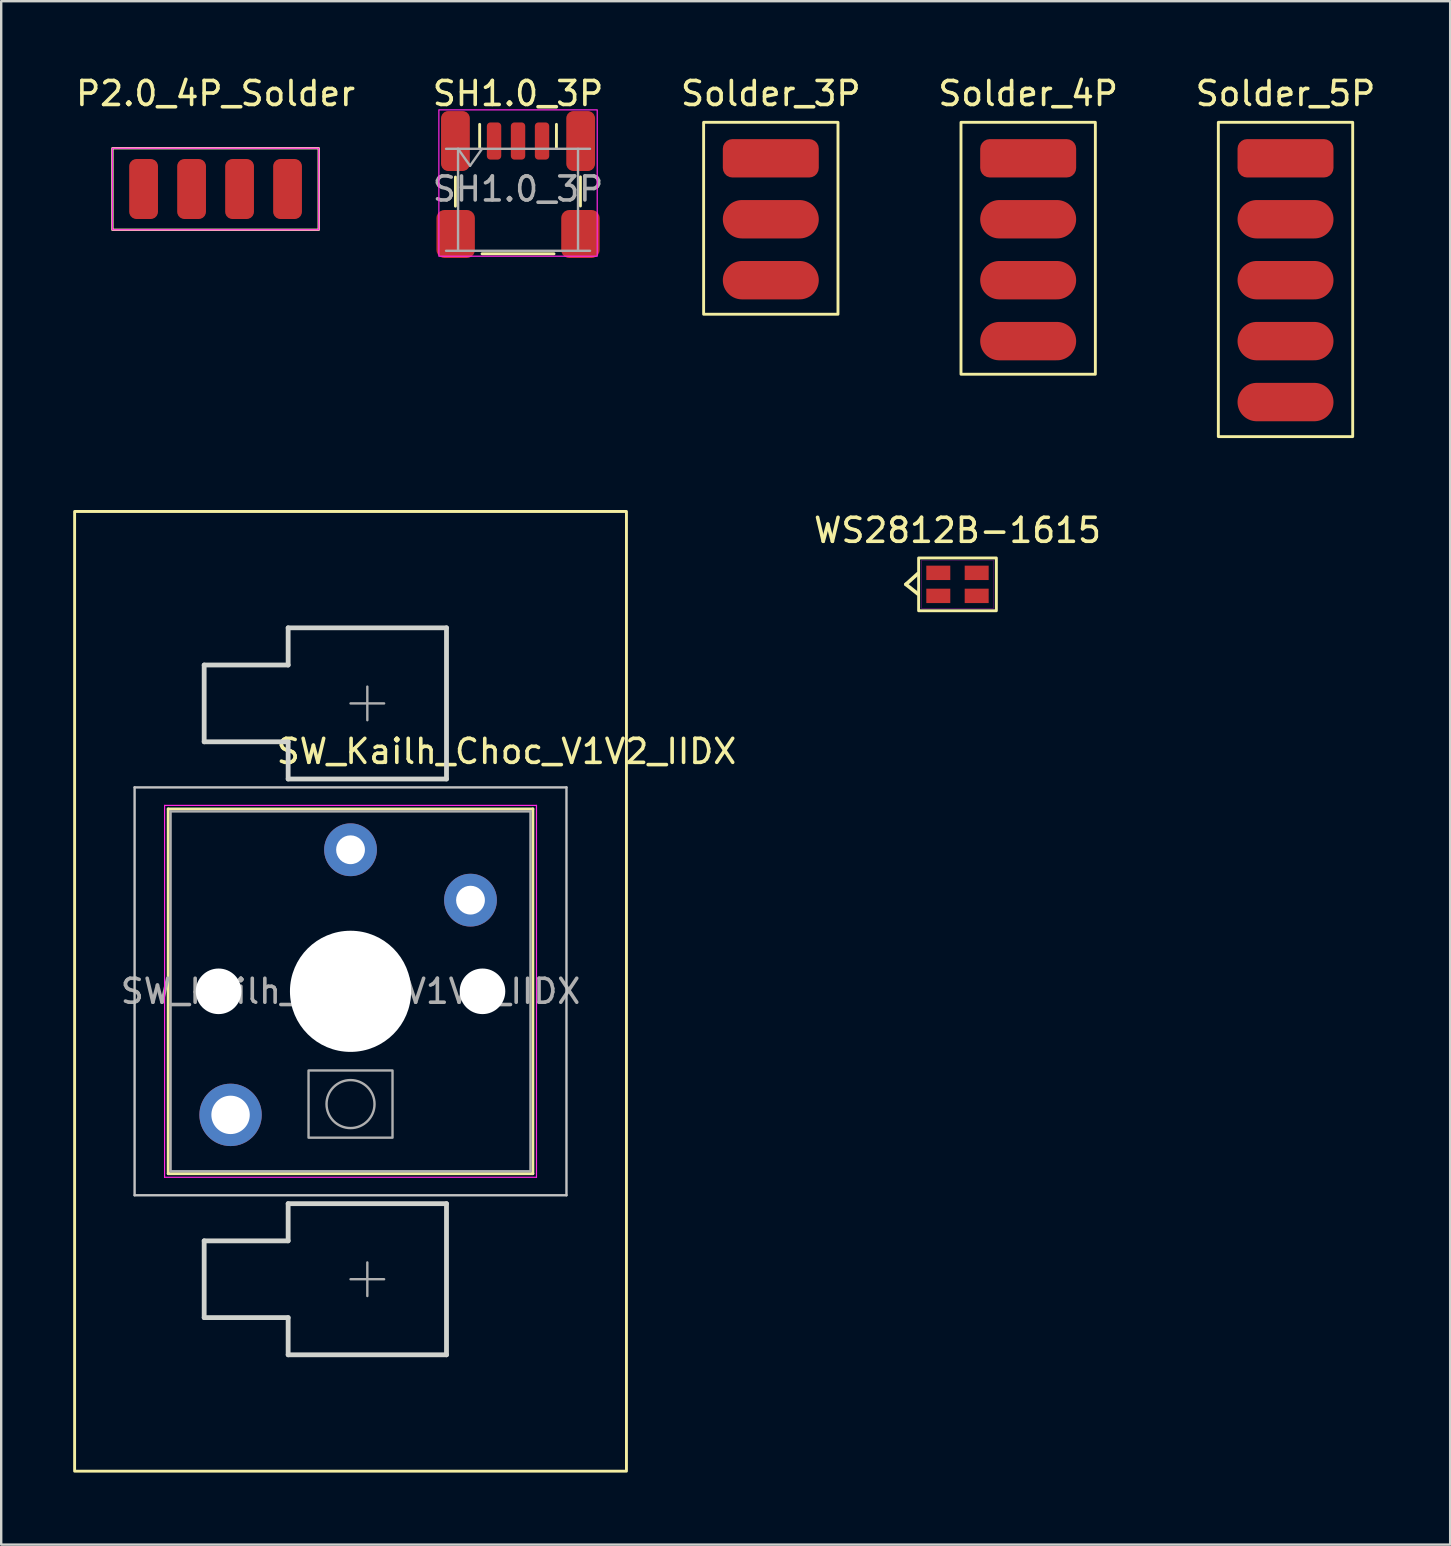
<source format=kicad_pcb>
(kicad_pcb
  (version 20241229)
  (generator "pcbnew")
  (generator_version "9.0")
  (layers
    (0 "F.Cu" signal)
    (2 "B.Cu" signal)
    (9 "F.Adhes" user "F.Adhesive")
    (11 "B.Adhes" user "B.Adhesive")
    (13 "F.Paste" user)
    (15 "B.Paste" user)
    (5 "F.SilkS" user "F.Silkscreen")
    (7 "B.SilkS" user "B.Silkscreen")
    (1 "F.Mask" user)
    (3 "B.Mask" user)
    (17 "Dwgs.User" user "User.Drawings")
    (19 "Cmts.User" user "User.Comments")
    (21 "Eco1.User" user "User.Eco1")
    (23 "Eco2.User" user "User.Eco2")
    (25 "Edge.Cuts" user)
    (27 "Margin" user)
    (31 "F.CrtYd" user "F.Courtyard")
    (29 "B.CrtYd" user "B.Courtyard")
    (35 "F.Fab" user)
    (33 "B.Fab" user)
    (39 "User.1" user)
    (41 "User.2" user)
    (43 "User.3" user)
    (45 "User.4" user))
  (footprint "P2.0_4P_Solder"
    (layer "F.Cu")
    (at 5.935 4.828)
    (property "Reference" "P2.0_4P_Solder" (at 0 -3.98 0) (layer "F.SilkS") (effects (font (size 1 1) (thickness 0.15))))
    (attr smd)
    (fp_rect (start -4.3 -1.7) (end 4.3 1.7) (stroke (width 0.1) (type default)) (fill no) (layer "F.SilkS"))
    (fp_rect (start -4.3 -1.7) (end 4.3 1.7) (stroke (width 0.05) (type default)) (fill no) (layer "F.CrtYd"))
    (pad "1" smd roundrect (at -3 0) (size 1.2 2.5) (layers "F.Cu" "F.Mask" "F.Paste") (roundrect_rratio 0.25))
    (pad "2" smd roundrect (at -1 0) (size 1.2 2.5) (layers "F.Cu" "F.Mask" "F.Paste") (roundrect_rratio 0.25))
    (pad "3" smd roundrect (at 1 0) (size 1.2 2.5) (layers "F.Cu" "F.Mask" "F.Paste") (roundrect_rratio 0.25))
    (pad "4" smd roundrect (at 3 0) (size 1.2 2.5) (layers "F.Cu" "F.Mask" "F.Paste") (roundrect_rratio 0.25)))
  (footprint "SW_Kailh_Choc_V1V2_IIDX"
    (layer "F.Cu")
    (at 11.56 38.268)
    (property "Reference" "SW_Kailh_Choc_V1V2_IIDX" (at 6.5 -10 0) (layer "F.SilkS") (effects (font (size 1 1) (thickness 0.15))))
    (attr through_hole)
    (fp_line (start -7.6 -7.6) (end -7.6 7.6) (stroke (width 0.12) (type solid)) (layer "F.SilkS"))
    (fp_line (start -7.6 7.6) (end 7.6 7.6) (stroke (width 0.12) (type solid)) (layer "F.SilkS"))
    (fp_line (start 7.6 -7.6) (end -7.6 -7.6) (stroke (width 0.12) (type solid)) (layer "F.SilkS"))
    (fp_line (start 7.6 7.6) (end 7.6 -7.6) (stroke (width 0.12) (type solid)) (layer "F.SilkS"))
    (fp_rect (start -11.5 -20) (end 11.5 20) (stroke (width 0.12) (type solid)) (fill no) (layer "F.SilkS"))
    (fp_line (start -9 -8.5) (end -9 8.5) (stroke (width 0.1) (type solid)) (layer "Dwgs.User"))
    (fp_line (start -9 8.5) (end 9 8.5) (stroke (width 0.1) (type solid)) (layer "Dwgs.User"))
    (fp_line (start 9 -8.5) (end -9 -8.5) (stroke (width 0.1) (type solid)) (layer "Dwgs.User"))
    (fp_line (start 9 8.5) (end 9 -8.5) (stroke (width 0.1) (type solid)) (layer "Dwgs.User"))
    (fp_line (start -7.25 -7.25) (end -7.25 7.25) (stroke (width 0.1) (type solid)) (layer "Eco1.User"))
    (fp_line (start -7.25 7.25) (end 7.25 7.25) (stroke (width 0.1) (type solid)) (layer "Eco1.User"))
    (fp_line (start 7.25 -7.25) (end -7.25 -7.25) (stroke (width 0.1) (type solid)) (layer "Eco1.User"))
    (fp_line (start 7.25 7.25) (end 7.25 -7.25) (stroke (width 0.1) (type solid)) (layer "Eco1.User"))
    (fp_line (start -6.1 -13.6) (end -6.1 -10.4) (stroke (width 0.2) (type solid)) (layer "Edge.Cuts"))
    (fp_line (start -6.1 10.4) (end -6.1 13.6) (stroke (width 0.2) (type solid)) (layer "Edge.Cuts"))
    (fp_line (start -2.6 -15.15) (end -2.6 -13.6) (stroke (width 0.2) (type solid)) (layer "Edge.Cuts"))
    (fp_line (start -2.6 -15.15) (end 4 -15.15) (stroke (width 0.2) (type solid)) (layer "Edge.Cuts"))
    (fp_line (start -2.6 -13.6) (end -6.1 -13.6) (stroke (width 0.2) (type solid)) (layer "Edge.Cuts"))
    (fp_line (start -2.6 -10.4) (end -6.1 -10.4) (stroke (width 0.2) (type solid)) (layer "Edge.Cuts"))
    (fp_line (start -2.6 -10.4) (end -2.6 -8.85) (stroke (width 0.2) (type solid)) (layer "Edge.Cuts"))
    (fp_line (start -2.6 -8.85) (end 4 -8.85) (stroke (width 0.2) (type solid)) (layer "Edge.Cuts"))
    (fp_line (start -2.6 8.85) (end -2.6 10.4) (stroke (width 0.2) (type solid)) (layer "Edge.Cuts"))
    (fp_line (start -2.6 8.85) (end 4 8.85) (stroke (width 0.2) (type solid)) (layer "Edge.Cuts"))
    (fp_line (start -2.6 10.4) (end -6.1 10.4) (stroke (width 0.2) (type solid)) (layer "Edge.Cuts"))
    (fp_line (start -2.6 13.6) (end -6.1 13.6) (stroke (width 0.2) (type solid)) (layer "Edge.Cuts"))
    (fp_line (start -2.6 13.6) (end -2.6 15.15) (stroke (width 0.2) (type solid)) (layer "Edge.Cuts"))
    (fp_line (start -2.6 15.15) (end 4 15.15) (stroke (width 0.2) (type solid)) (layer "Edge.Cuts"))
    (fp_line (start 4 -15.15) (end 4 -8.85) (stroke (width 0.2) (type solid)) (layer "Edge.Cuts"))
    (fp_line (start 4 8.85) (end 4 15.15) (stroke (width 0.2) (type solid)) (layer "Edge.Cuts"))
    (fp_line (start -7.75 -7.75) (end -7.75 7.75) (stroke (width 0.05) (type solid)) (layer "F.CrtYd"))
    (fp_line (start -7.75 7.75) (end 7.75 7.75) (stroke (width 0.05) (type solid)) (layer "F.CrtYd"))
    (fp_line (start 7.75 -7.75) (end -7.75 -7.75) (stroke (width 0.05) (type solid)) (layer "F.CrtYd"))
    (fp_line (start 7.75 7.75) (end 7.75 -7.75) (stroke (width 0.05) (type solid)) (layer "F.CrtYd"))
    (fp_line (start -7.5 -7.5) (end -7.5 7.5) (stroke (width 0.1) (type solid)) (layer "F.Fab"))
    (fp_line (start -7.5 7.5) (end 7.5 7.5) (stroke (width 0.1) (type solid)) (layer "F.Fab"))
    (fp_line (start 0 -12) (end 1.4 -12) (stroke (width 0.1) (type solid)) (layer "F.Fab"))
    (fp_line (start 0 12) (end 1.4 12) (stroke (width 0.1) (type solid)) (layer "F.Fab"))
    (fp_line (start 0.7 -11.3) (end 0.7 -12.7) (stroke (width 0.1) (type solid)) (layer "F.Fab"))
    (fp_line (start 0.7 12.7) (end 0.7 11.3) (stroke (width 0.1) (type solid)) (layer "F.Fab"))
    (fp_line (start 7.5 -7.5) (end -7.5 -7.5) (stroke (width 0.1) (type solid)) (layer "F.Fab"))
    (fp_line (start 7.5 7.5) (end 7.5 -7.5) (stroke (width 0.1) (type solid)) (layer "F.Fab"))
    (fp_rect (start -1.75 3.3) (end 1.75 6.1) (stroke (width 0.1) (type solid)) (fill no) (layer "F.Fab"))
    (fp_circle (center 0 4.7) (end 1 4.7) (stroke (width 0.1) (type solid)) (fill no) (layer "F.Fab"))
    (fp_text user "${REFERENCE}" (at 0 0 0) (layer "F.Fab") (effects (font (size 1 1) (thickness 0.15))))
    (pad "" np_thru_hole circle (at -5.5 0) (size 1.9 1.9) (drill 1.9) (layers "*.Cu" "*.Mask"))
    (pad "" smd circle (at -5 5.15) (size 1.65 1.65) (layers "F.Mask"))
    (pad "" thru_hole circle (at -5 5.15) (size 2.6 2.6) (drill 1.6) (layers "*.Cu" "B.Mask"))
    (pad "" smd circle (at 0 -5.9) (size 1.25 1.25) (layers "F.Mask"))
    (pad "" np_thru_hole circle (at 0 0) (size 5.05 5.05) (drill 5.05) (layers "*.Cu" "*.Mask"))
    (pad "" smd circle (at 5 -3.8) (size 1.25 1.25) (layers "F.Mask"))
    (pad "" np_thru_hole circle (at 5.5 0) (size 1.9 1.9) (drill 1.9) (layers "*.Cu" "*.Mask"))
    (pad "1" thru_hole circle (at 0 -5.9) (size 2.2 2.2) (drill 1.2) (layers "*.Cu" "B.Mask"))
    (pad "2" thru_hole circle (at 5 -3.8) (size 2.2 2.2) (drill 1.2) (layers "*.Cu" "B.Mask")))
  (footprint "WS2812B-1615"
    (layer "F.Cu")
    (at 36.858 21.306)
    (property "Reference" "WS2812B-1615" (at 0 -2.25 0) (layer "F.SilkS") (effects (font (size 1 1) (thickness 0.15))))
    (attr smd)
    (fp_line (start -2.15 0) (end -1.65 -0.45) (stroke (width 0.15) (type solid)) (layer "F.SilkS"))
    (fp_line (start -2.15 0) (end -1.65 0.4) (stroke (width 0.15) (type solid)) (layer "F.SilkS"))
    (fp_rect (start -1.62 -1.1) (end 1.62 1.1) (stroke (width 0.12) (type solid)) (fill no) (layer "F.SilkS"))
    (fp_line (start -1.5 -1) (end 1.5 -1) (stroke (width 0.01) (type solid)) (layer "F.CrtYd"))
    (fp_line (start -1.5 1) (end -1.5 -1) (stroke (width 0.01) (type solid)) (layer "F.CrtYd"))
    (fp_line (start 1.5 -1) (end 1.5 1) (stroke (width 0.01) (type solid)) (layer "F.CrtYd"))
    (fp_line (start 1.5 1) (end -1.5 1) (stroke (width 0.01) (type solid)) (layer "F.CrtYd"))
    (pad "G" smd rect (at -0.8 0.48) (size 1 0.6) (layers "F.Cu" "F.Mask" "F.Paste"))
    (pad "I" smd rect (at 0.8 0.48) (size 1 0.6) (layers "F.Cu" "F.Mask" "F.Paste"))
    (pad "O" smd rect (at -0.8 -0.48) (size 1 0.6) (layers "F.Cu" "F.Mask" "F.Paste"))
    (pad "V" smd rect (at 0.8 -0.48) (size 1 0.6) (layers "F.Cu" "F.Mask" "F.Paste")))
  (footprint "SH1.0_3P"
    (layer "F.Cu")
    (at 18.542 4.828)
    (property "Reference" "SH1.0_3P" (at 0 -3.98 0) (layer "F.SilkS") (effects (font (size 1 1) (thickness 0.15))))
    (attr smd)
    (fp_line (start -2.61 0.715) (end -2.61 -0.5) (stroke (width 0.12) (type solid)) (layer "F.SilkS"))
    (fp_line (start -1.6 -1.705) (end -1.6 -2.695) (stroke (width 0.12) (type solid)) (layer "F.SilkS"))
    (fp_line (start -1.5 2.7) (end 1.5 2.7) (stroke (width 0.12) (type solid)) (layer "F.SilkS"))
    (fp_line (start 1.6 -1.705) (end 1.6 -2.695) (stroke (width 0.12) (type solid)) (layer "F.SilkS"))
    (fp_line (start 2.6 0.708) (end 2.6 -0.507) (stroke (width 0.12) (type solid)) (layer "F.SilkS"))
    (fp_rect (start -3.3 -3.3) (end 3.3 2.8) (stroke (width 0.05) (type default)) (fill no) (layer "F.CrtYd"))
    (fp_line (start -3 -1.675) (end 3 -1.675) (stroke (width 0.1) (type solid)) (layer "F.Fab"))
    (fp_line (start -3 2.575) (end 3 2.575) (stroke (width 0.1) (type solid)) (layer "F.Fab"))
    (fp_line (start -2.5 -1.675) (end -2.5 2.575) (stroke (width 0.1) (type solid)) (layer "F.Fab"))
    (fp_line (start -2.5 -1.675) (end -2 -0.968) (stroke (width 0.1) (type solid)) (layer "F.Fab"))
    (fp_line (start -2 -0.968) (end -1.5 -1.675) (stroke (width 0.1) (type solid)) (layer "F.Fab"))
    (fp_line (start 2.5 -1.675) (end 2.5 2.575) (stroke (width 0.1) (type solid)) (layer "F.Fab"))
    (fp_text user "${REFERENCE}" (at 0 0 0) (layer "F.Fab") (effects (font (size 1 1) (thickness 0.15))))
    (pad "1" smd roundrect (at -1 -2) (size 0.6 1.55) (layers "F.Cu" "F.Mask" "F.Paste") (roundrect_rratio 0.25))
    (pad "2" smd roundrect (at 0 -2) (size 0.6 1.55) (layers "F.Cu" "F.Mask" "F.Paste") (roundrect_rratio 0.25))
    (pad "3" smd roundrect (at 1 -2) (size 0.6 1.55) (layers "F.Cu" "F.Mask" "F.Paste") (roundrect_rratio 0.25))
    (pad "MP" smd roundrect (at -2.61 -2) (size 1.2 2.5) (layers "F.Cu" "F.Mask" "F.Paste") (roundrect_rratio 0.25))
    (pad "MP" smd roundrect (at -2.6 1.875) (size 1.6 2) (layers "F.Cu" "F.Mask" "F.Paste") (roundrect_rratio 0.208))
    (pad "MP" smd roundrect (at 2.6 1.875) (size 1.6 2) (layers "F.Cu" "F.Mask" "F.Paste") (roundrect_rratio 0.208))
    (pad "MP" smd roundrect (at 2.61 -2) (size 1.2 2.5) (layers "F.Cu" "F.Mask" "F.Paste") (roundrect_rratio 0.25)))
  (footprint "Solder_4P"
    (layer "F.Cu")
    (at 39.804 3.548)
    (property "Reference" "Solder_4P" (at 0 -2.7 0) (layer "F.SilkS") (effects (font (size 1 1) (thickness 0.15))))
    (attr smd)
    (fp_rect (start -2.8 -1.5) (end 2.8 9) (stroke (width 0.12) (type solid)) (fill no) (layer "F.SilkS"))
    (pad "1" smd roundrect (at 0 0) (size 4 1.6) (layers "F.Cu" "F.Mask" "F.Paste") (roundrect_rratio 0.25))
    (pad "2" smd oval (at 0 2.54) (size 4 1.6) (layers "F.Cu" "F.Mask" "F.Paste"))
    (pad "3" smd oval (at 0 5.08) (size 4 1.6) (layers "F.Cu" "F.Mask" "F.Paste"))
    (pad "4" smd oval (at 0 7.62) (size 4 1.6) (layers "F.Cu" "F.Mask" "F.Paste")))
  (footprint "Solder_5P"
    (layer "F.Cu")
    (at 50.53 3.548)
    (property "Reference" "Solder_5P" (at 0 -2.7 0) (layer "F.SilkS") (effects (font (size 1 1) (thickness 0.15))))
    (attr smd)
    (fp_rect (start -2.8 -1.5) (end 2.8 11.6) (stroke (width 0.12) (type solid)) (fill no) (layer "F.SilkS"))
    (pad "1" smd roundrect (at 0 0) (size 4 1.6) (layers "F.Cu" "F.Mask" "F.Paste") (roundrect_rratio 0.25))
    (pad "2" smd oval (at 0 2.54) (size 4 1.6) (layers "F.Cu" "F.Mask" "F.Paste"))
    (pad "3" smd oval (at 0 5.08) (size 4 1.6) (layers "F.Cu" "F.Mask" "F.Paste"))
    (pad "4" smd oval (at 0 7.62) (size 4 1.6) (layers "F.Cu" "F.Mask" "F.Paste"))
    (pad "5" smd oval (at 0 10.16) (size 4 1.6) (layers "F.Cu" "F.Mask" "F.Paste")))
  (footprint "Solder_3P"
    (layer "F.Cu")
    (at 29.077 3.548)
    (property "Reference" "Solder_3P" (at 0 -2.7 0) (layer "F.SilkS") (effects (font (size 1 1) (thickness 0.15))))
    (attr smd)
    (fp_rect (start -2.8 -1.5) (end 2.8 6.5) (stroke (width 0.12) (type solid)) (fill no) (layer "F.SilkS"))
    (pad "1" smd roundrect (at 0 0) (size 4 1.6) (layers "F.Cu" "F.Mask" "F.Paste") (roundrect_rratio 0.25))
    (pad "2" smd oval (at 0 2.54) (size 4 1.6) (layers "F.Cu" "F.Mask" "F.Paste"))
    (pad "3" smd oval (at 0 5.08) (size 4 1.6) (layers "F.Cu" "F.Mask" "F.Paste")))
  (gr_rect
    (start -3 -3)
    (end 57.393 61.328)
    (stroke (width 0.1) (type default))
    (fill no)
    (layer "Edge.Cuts")))
</source>
